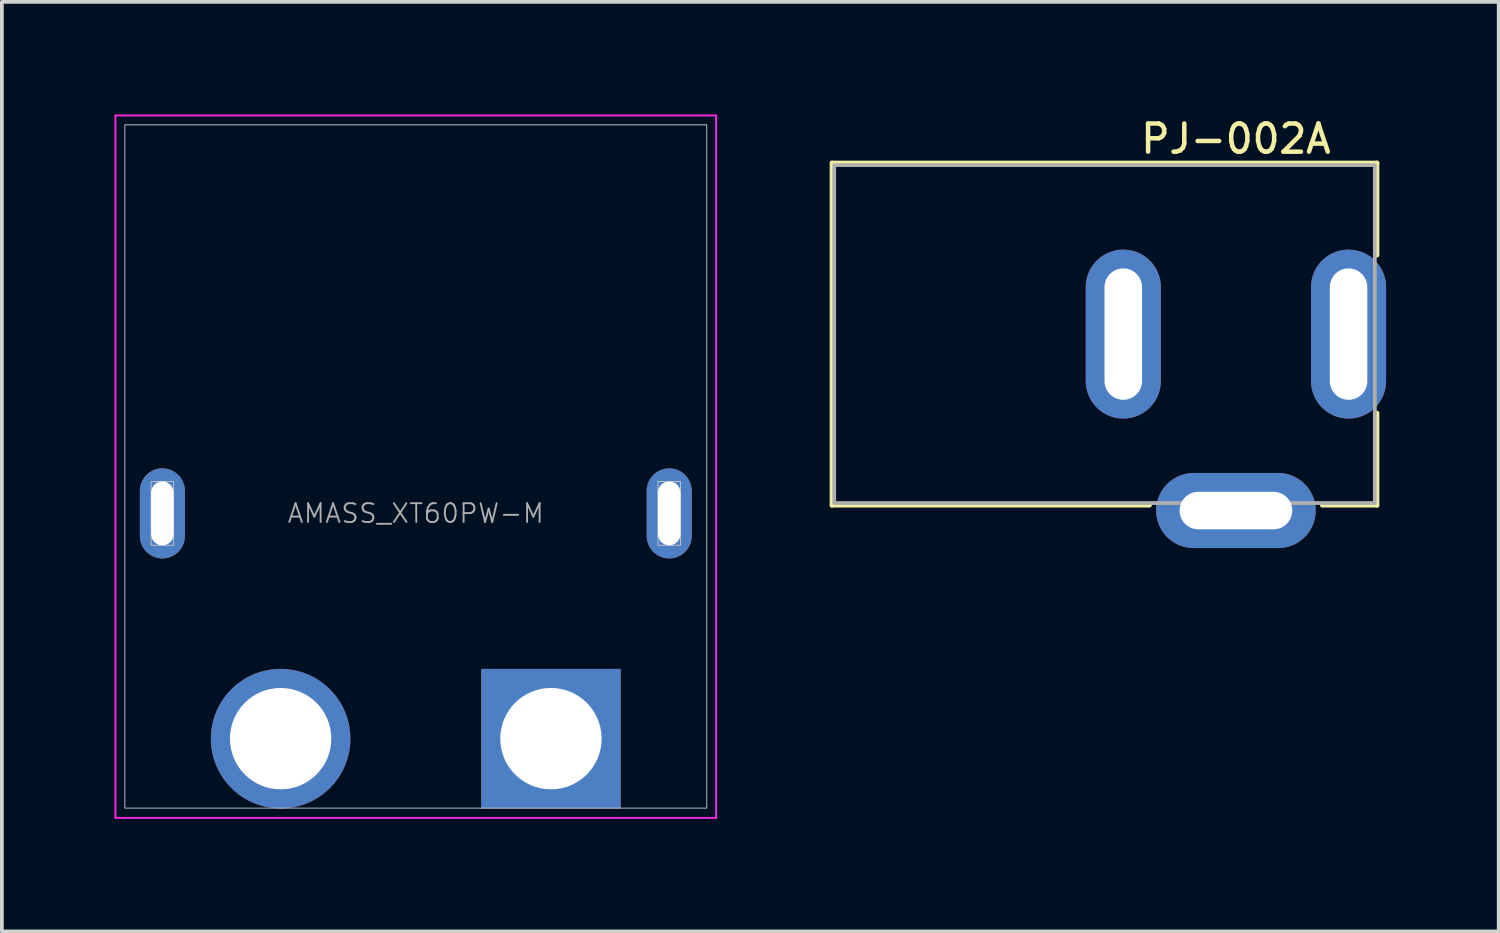
<source format=kicad_pcb>
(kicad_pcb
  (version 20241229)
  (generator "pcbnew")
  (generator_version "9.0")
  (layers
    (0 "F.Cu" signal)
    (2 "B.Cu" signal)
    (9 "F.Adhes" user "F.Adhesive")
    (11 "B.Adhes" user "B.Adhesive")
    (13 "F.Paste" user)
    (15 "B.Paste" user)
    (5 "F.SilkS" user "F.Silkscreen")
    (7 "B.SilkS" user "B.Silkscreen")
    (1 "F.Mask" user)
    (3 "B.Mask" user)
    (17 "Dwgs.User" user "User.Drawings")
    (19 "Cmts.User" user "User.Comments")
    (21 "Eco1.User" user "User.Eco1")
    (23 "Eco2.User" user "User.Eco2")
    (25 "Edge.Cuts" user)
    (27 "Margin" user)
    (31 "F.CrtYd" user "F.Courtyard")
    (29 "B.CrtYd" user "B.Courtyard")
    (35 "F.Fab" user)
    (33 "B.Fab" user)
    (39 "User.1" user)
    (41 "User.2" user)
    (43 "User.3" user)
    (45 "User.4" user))
  (footprint "PJ-002A"
    (layer "F.Cu")
    (at 29.87 5.849)
    (property "Reference" "PJ-002A" (at 0 -5.2 0) (unlocked yes) (layer "F.SilkS") (effects (font (size 0.75 0.75) (thickness 0.12))))
    (attr through_hole)
    (fp_line (start -10.76 -4.56) (end -10.76 4.56) (stroke (width 0.12) (type default)) (layer "F.SilkS"))
    (fp_line (start -10.76 -4.56) (end 3.76 -4.56) (stroke (width 0.12) (type default)) (layer "F.SilkS"))
    (fp_line (start -10.76 4.56) (end -2.3 4.56) (stroke (width 0.12) (type default)) (layer "F.SilkS"))
    (fp_line (start 2.3 4.56) (end 3.76 4.56) (stroke (width 0.12) (type default)) (layer "F.SilkS"))
    (fp_line (start 3.76 -4.56) (end 3.76 -2.1) (stroke (width 0.12) (type default)) (layer "F.SilkS"))
    (fp_line (start 3.76 4.56) (end 3.76 2.1) (stroke (width 0.12) (type default)) (layer "F.SilkS"))
    (fp_rect (start -10.7 -4.5) (end 3.7 4.5) (stroke (width 0.1) (type default)) (fill no) (layer "F.Fab"))
    (pad "1" thru_hole oval (at 3 0) (size 2 4.5) (drill oval 1 3.5) (layers "*.Cu" "*.Mask"))
    (pad "2" thru_hole oval (at -3 0) (size 2 4.5) (drill oval 1 3.5) (layers "*.Cu" "*.Mask"))
    (pad "3" thru_hole oval (at 0 4.7 90) (size 2 4.25) (drill oval 1 3) (layers "*.Cu" "*.Mask")))
  (footprint "AMASS_XT60PW-M"
    (layer "F.Cu")
    (at 8.025 10.625)
    (property "Reference" "AMASS_XT60PW-M" (at 0 0 0) (layer "F.Fab") (effects (font (size 0.5 0.5) (thickness 0.05))))
    (attr through_hole)
    (fp_rect (start -7.75 -10.35) (end 7.75 7.85) (stroke (width 0.025) (type default)) (fill no) (layer "Dwgs.User"))
    (fp_rect (start -7.05 -0.85) (end -6.45 0.85) (stroke (width 0.025) (type default)) (fill no) (layer "Dwgs.User"))
    (fp_rect (start 6.45 -0.85) (end 7.05 0.85) (stroke (width 0.025) (type default)) (fill no) (layer "Dwgs.User"))
    (fp_circle (center -3.6 6) (end -2.3 6) (stroke (width 0.025) (type default)) (fill no) (layer "Dwgs.User"))
    (fp_circle (center 3.6 6) (end 4.9 6) (stroke (width 0.025) (type default)) (fill no) (layer "Dwgs.User"))
    (fp_line (start -8 -10.6) (end -8 8.11) (stroke (width 0.05) (type solid)) (layer "F.CrtYd"))
    (fp_line (start -8 8.11) (end 8 8.11) (stroke (width 0.05) (type solid)) (layer "F.CrtYd"))
    (fp_line (start 8 -10.6) (end -8 -10.6) (stroke (width 0.05) (type solid)) (layer "F.CrtYd"))
    (fp_line (start 8 8.11) (end 8 -10.6) (stroke (width 0.05) (type solid)) (layer "F.CrtYd"))
    (pad "1" thru_hole rect (at 3.6 6) (size 3.716 3.716) (drill 2.7) (layers "*.Cu" "*.Mask"))
    (pad "2" thru_hole circle (at -3.6 6) (size 3.716 3.716) (drill 2.7) (layers "*.Cu" "*.Mask"))
    (pad "S1" thru_hole oval (at 6.75 0) (size 1.2 2.4) (drill oval 0.6 1.7) (layers "*.Cu" "*.Mask"))
    (pad "S2" thru_hole oval (at -6.75 0) (size 1.2 2.4) (drill oval 0.6 1.7) (layers "*.Cu" "*.Mask")))
  (gr_rect
    (start -3 -3)
    (end 36.87 21.76)
    (stroke (width 0.1) (type default))
    (fill no)
    (layer "Edge.Cuts")))
</source>
